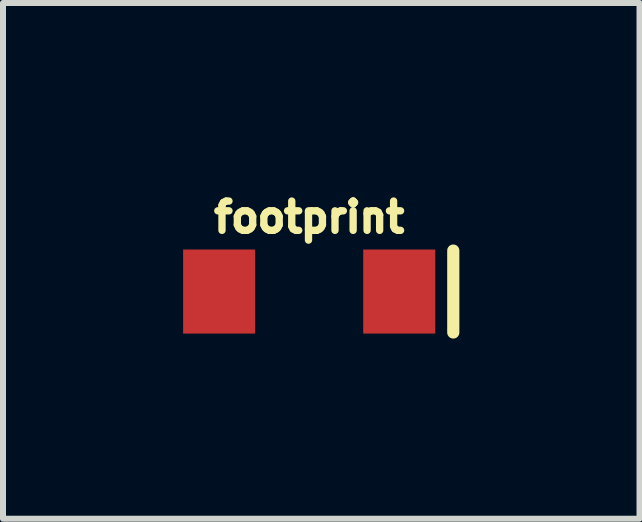
<source format=kicad_pcb>
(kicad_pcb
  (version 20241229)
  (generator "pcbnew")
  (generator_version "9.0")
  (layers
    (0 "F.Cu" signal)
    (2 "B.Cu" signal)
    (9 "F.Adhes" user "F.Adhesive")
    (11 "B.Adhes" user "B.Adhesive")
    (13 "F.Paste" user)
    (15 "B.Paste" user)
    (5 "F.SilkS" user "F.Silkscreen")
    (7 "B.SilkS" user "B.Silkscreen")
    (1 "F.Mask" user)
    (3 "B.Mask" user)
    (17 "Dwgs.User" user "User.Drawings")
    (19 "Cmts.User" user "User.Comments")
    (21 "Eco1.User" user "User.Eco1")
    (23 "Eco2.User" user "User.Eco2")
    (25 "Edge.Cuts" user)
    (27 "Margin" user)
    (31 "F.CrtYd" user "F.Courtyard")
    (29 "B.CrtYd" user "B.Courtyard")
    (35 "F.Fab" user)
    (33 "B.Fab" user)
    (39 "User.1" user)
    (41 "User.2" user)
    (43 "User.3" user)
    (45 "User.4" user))
  (footprint "footprint"
    (layer "F.Cu")
    (at 2.1 1.806)
    (property "Reference" "footprint" (at 0 -0.953 0) (layer "F.SilkS") (effects (font (size 0.488 0.488) (thickness 0.122)) (justify bottom)))
    (fp_line (start 2.4 -0.682) (end 2.4 0.682) (stroke (width 0.203) (type solid)) (layer "F.SilkS"))
    (pad "A" smd rect (at -1.5 0) (size 1.2 1.4) (layers "F.Cu" "F.Mask" "F.Paste"))
    (pad "C" smd rect (at 1.5 0) (size 1.2 1.4) (layers "F.Cu" "F.Mask" "F.Paste")))
  (gr_rect
    (start -3 -3)
    (end 7.602 5.59)
    (stroke (width 0.1) (type default))
    (fill no)
    (layer "Edge.Cuts")))
</source>
